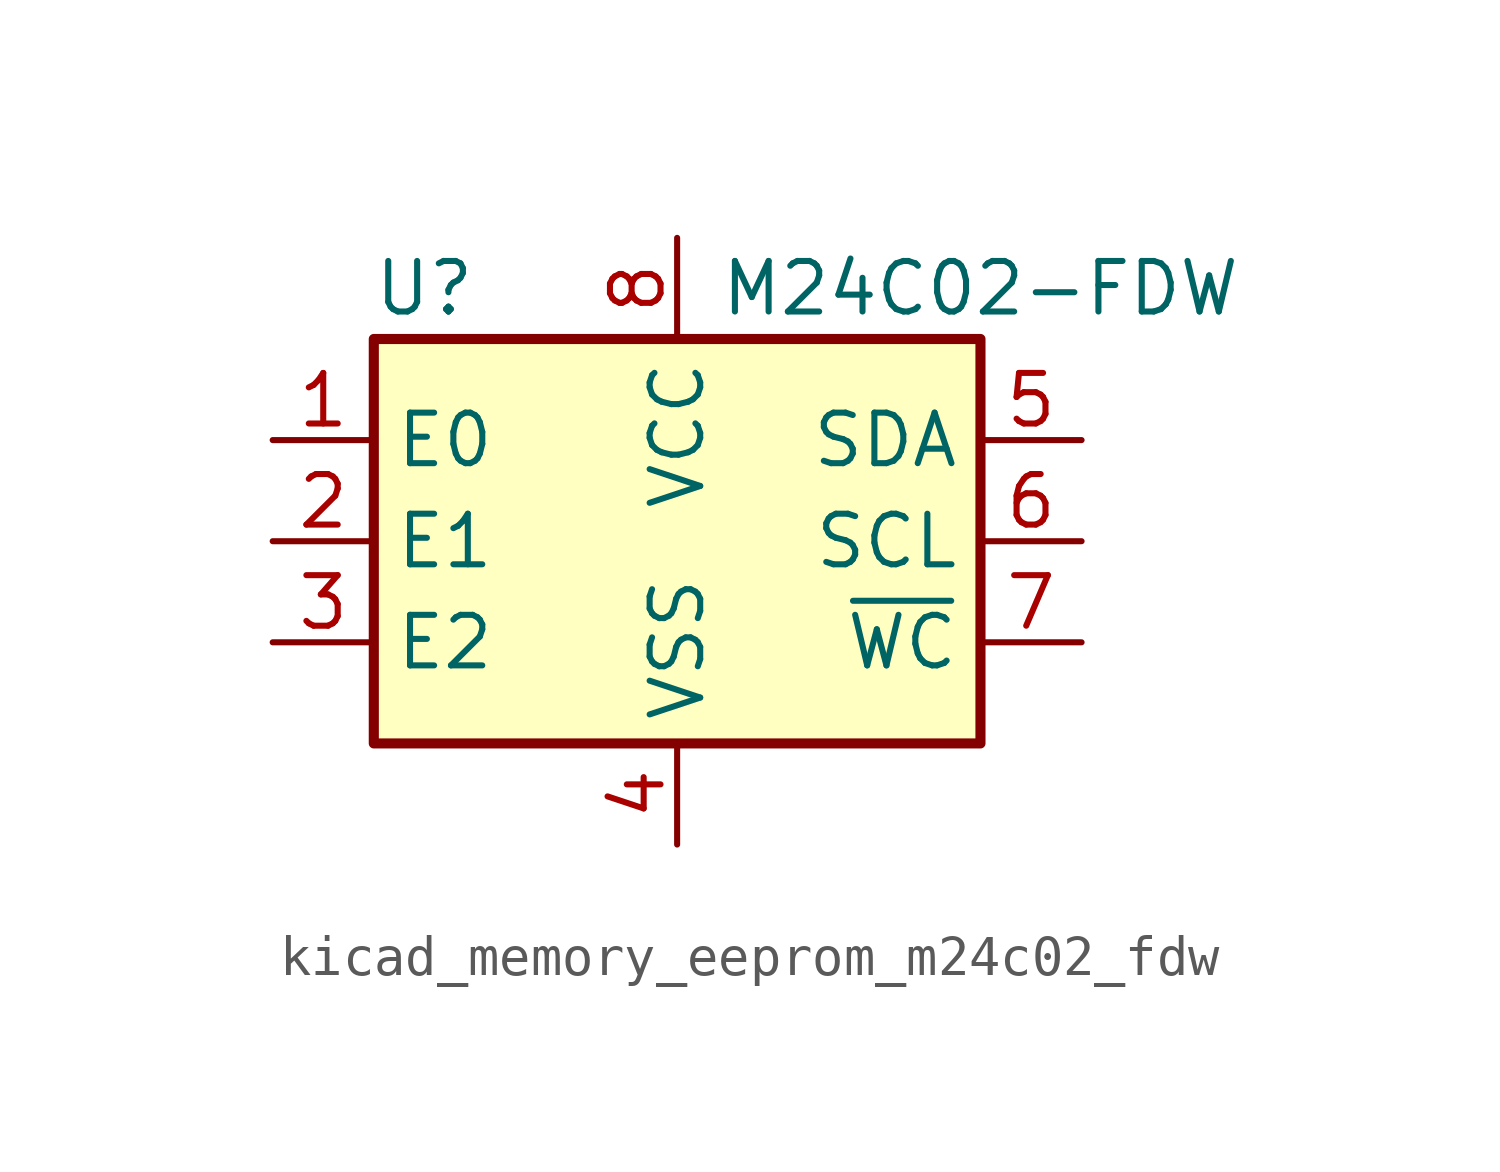
<source format=kicad_sym>
(kicad_symbol_lib
  (version 20220914)
  (generator kicad_symbol_editor)
  (symbol "kicad_memory_eeprom_m24c02_fdw"
    (property "Reference" "U"
      (at -6.35 6.35 0)
      (effects (font (size 1.27 1.27))))
    (property "Value" "M24C02-FDW"
      (at 7.62 6.35 0)
      (effects (font (size 1.27 1.27))))
    (symbol "kicad_memory_eeprom_m24c02_fdw_0_1"
      (rectangle (start -7.62 5.08) (end 7.62 -5.08) (stroke (width 0.254) (type default)) (fill (type background))))
    (symbol "kicad_memory_eeprom_m24c02_fdw_1_1"
      (pin input line (at -10.16 2.54 0) (length 2.54) (name "E0" (effects (font (size 1.27 1.27)))) (number "1" (effects (font (size 1.27 1.27)))))
      (pin input line (at -10.16 0 0) (length 2.54) (name "E1" (effects (font (size 1.27 1.27)))) (number "2" (effects (font (size 1.27 1.27)))))
      (pin input line (at -10.16 -2.54 0) (length 2.54) (name "E2" (effects (font (size 1.27 1.27)))) (number "3" (effects (font (size 1.27 1.27)))))
      (pin power_in line (at 0 -7.62 90) (length 2.54) (name "VSS" (effects (font (size 1.27 1.27)))) (number "4" (effects (font (size 1.27 1.27)))))
      (pin bidirectional line (at 10.16 2.54 180) (length 2.54) (name "SDA" (effects (font (size 1.27 1.27)))) (number "5" (effects (font (size 1.27 1.27)))))
      (pin input line (at 10.16 0 180) (length 2.54) (name "SCL" (effects (font (size 1.27 1.27)))) (number "6" (effects (font (size 1.27 1.27)))))
      (pin input line (at 10.16 -2.54 180) (length 2.54) (name "~{WC}" (effects (font (size 1.27 1.27)))) (number "7" (effects (font (size 1.27 1.27)))))
      (pin power_in line (at 0 7.62 270) (length 2.54) (name "VCC" (effects (font (size 1.27 1.27)))) (number "8" (effects (font (size 1.27 1.27))))))))
</source>
